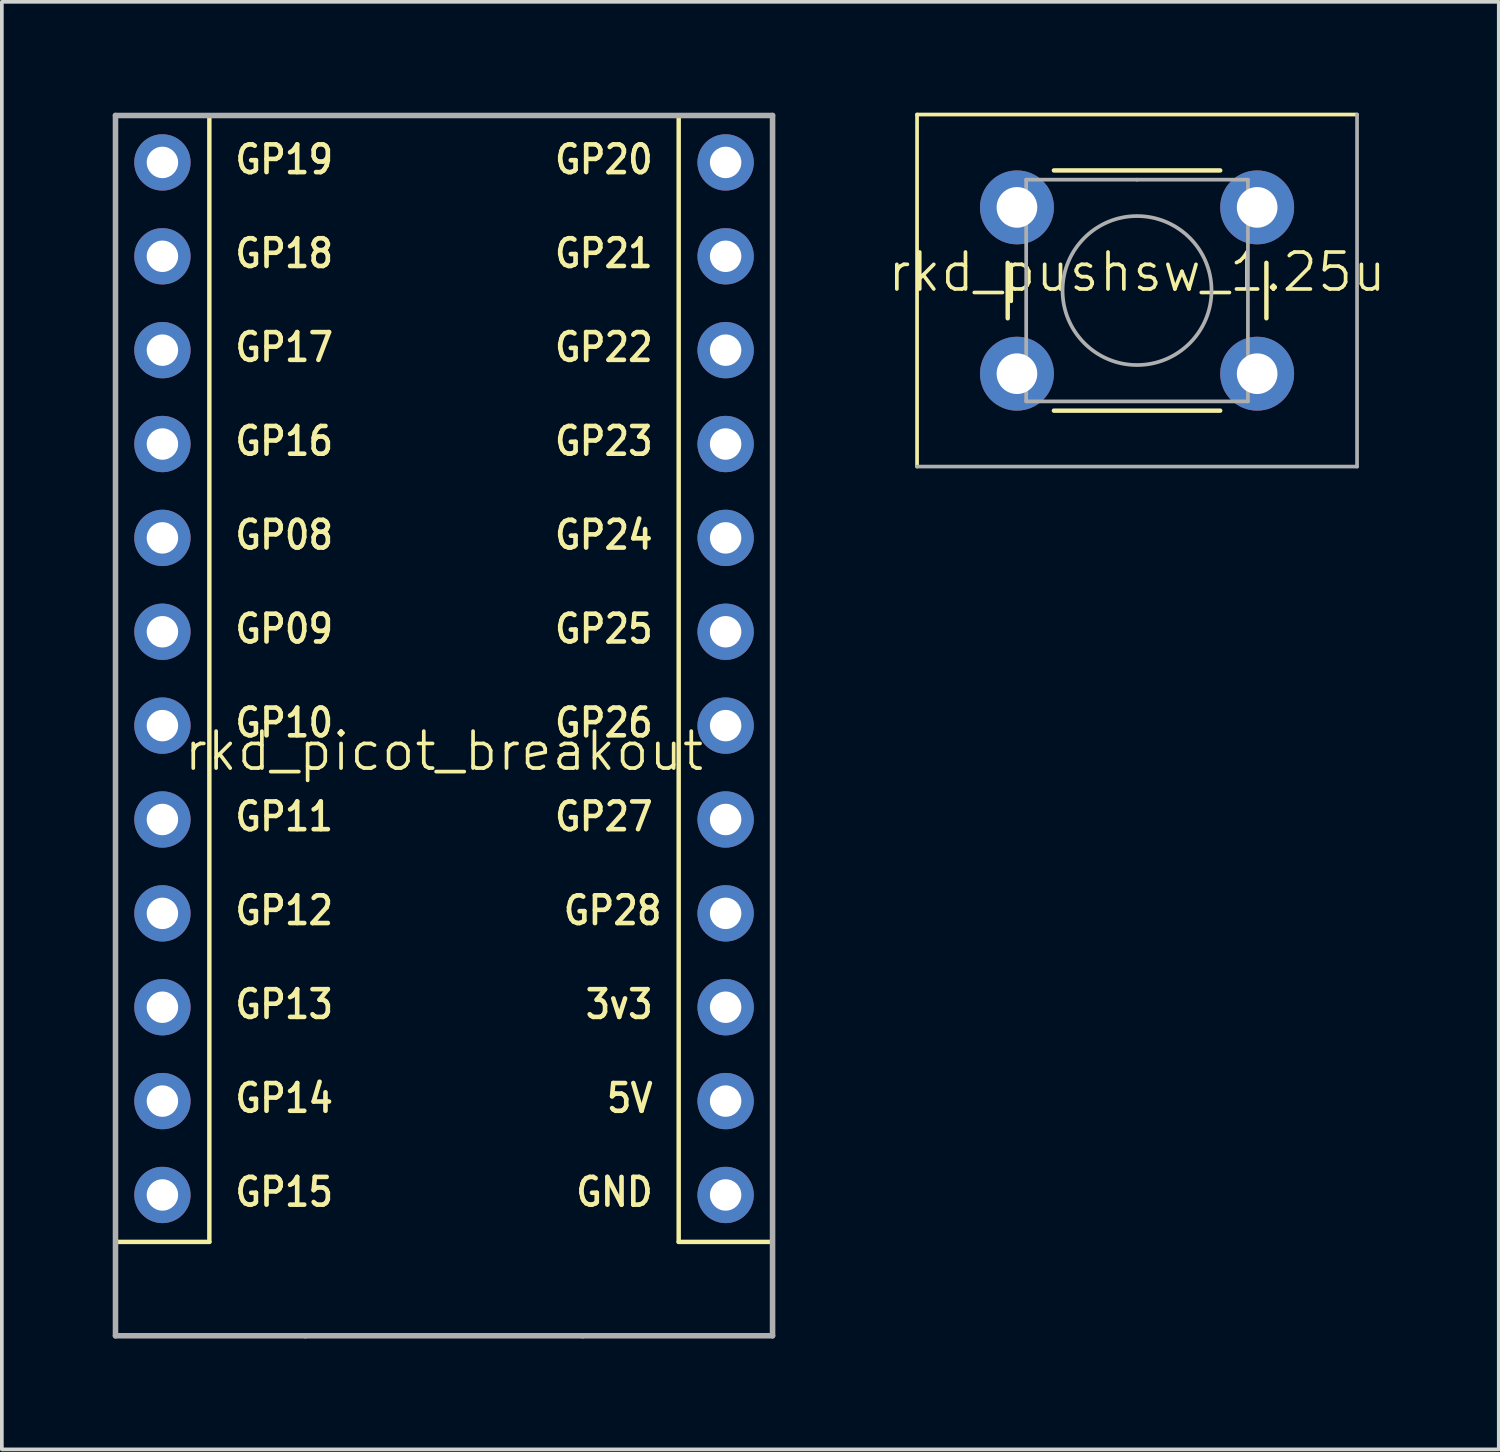
<source format=kicad_pcb>
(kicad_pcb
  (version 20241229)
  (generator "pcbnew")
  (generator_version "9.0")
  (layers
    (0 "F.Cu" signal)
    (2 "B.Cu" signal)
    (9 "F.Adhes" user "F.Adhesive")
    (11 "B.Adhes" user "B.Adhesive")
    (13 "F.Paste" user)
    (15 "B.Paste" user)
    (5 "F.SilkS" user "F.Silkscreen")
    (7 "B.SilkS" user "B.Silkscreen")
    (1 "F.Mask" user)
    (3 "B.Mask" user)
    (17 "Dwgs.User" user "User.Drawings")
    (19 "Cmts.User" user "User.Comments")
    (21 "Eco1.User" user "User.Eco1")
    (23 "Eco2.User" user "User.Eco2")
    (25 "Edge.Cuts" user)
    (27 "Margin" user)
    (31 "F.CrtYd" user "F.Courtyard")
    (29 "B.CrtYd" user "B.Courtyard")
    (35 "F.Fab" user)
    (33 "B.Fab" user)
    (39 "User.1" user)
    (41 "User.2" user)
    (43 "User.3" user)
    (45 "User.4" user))
  (footprint "rkd_picot_breakout"
    (layer "F.Cu")
    (at 8.965 17.776)
    (property "Reference" "rkd_picot_breakout" (at 0 -0.5 0) (unlocked yes) (layer "F.SilkS") (effects (font (size 1 1) (thickness 0.1))))
    (attr smd)
    (fp_line (start -8.89 -17.701) (end -8.89 12.779) (stroke (width 0.12) (type solid)) (layer "F.SilkS"))
    (fp_line (start -8.89 12.779) (end -6.35 12.779) (stroke (width 0.12) (type solid)) (layer "F.SilkS"))
    (fp_line (start -6.35 -17.701) (end -8.89 -17.701) (stroke (width 0.12) (type solid)) (layer "F.SilkS"))
    (fp_line (start -6.35 12.779) (end -6.35 -17.701) (stroke (width 0.12) (type solid)) (layer "F.SilkS"))
    (fp_line (start 6.35 -17.701) (end 8.89 -17.701) (stroke (width 0.12) (type solid)) (layer "F.SilkS"))
    (fp_line (start 6.35 12.779) (end 6.35 -17.701) (stroke (width 0.12) (type solid)) (layer "F.SilkS"))
    (fp_line (start 8.89 -17.701) (end 8.89 12.779) (stroke (width 0.12) (type solid)) (layer "F.SilkS"))
    (fp_line (start 8.89 12.779) (end 6.35 12.779) (stroke (width 0.12) (type solid)) (layer "F.SilkS"))
    (fp_line (start -8.89 -17.701) (end 8.89 -17.701) (stroke (width 0.15) (type solid)) (layer "F.Fab"))
    (fp_line (start -8.89 15.319) (end -8.89 -17.701) (stroke (width 0.15) (type solid)) (layer "F.Fab"))
    (fp_line (start -3.75 15.319) (end -8.89 15.319) (stroke (width 0.15) (type solid)) (layer "F.Fab"))
    (fp_line (start 3.75 15.319) (end -3.75 15.319) (stroke (width 0.15) (type solid)) (layer "F.Fab"))
    (fp_line (start 8.89 -17.701) (end 8.89 15.319) (stroke (width 0.15) (type solid)) (layer "F.Fab"))
    (fp_line (start 8.89 15.319) (end 3.75 15.319) (stroke (width 0.15) (type solid)) (layer "F.Fab"))
    (fp_text user "GP21" (at 5.715 -13.97 0) (layer "F.SilkS") (effects (font (size 0.75 0.67) (thickness 0.125)) (justify right)))
    (fp_text user "GP14" (at -5.715 8.89 0) (layer "F.SilkS") (effects (font (size 0.75 0.67) (thickness 0.125)) (justify left)))
    (fp_text user "GP08" (at -5.715 -6.35 0) (layer "F.SilkS") (effects (font (size 0.75 0.67) (thickness 0.125)) (justify left)))
    (fp_text user "GP16" (at -5.715 -8.89 0) (layer "F.SilkS") (effects (font (size 0.75 0.67) (thickness 0.125)) (justify left)))
    (fp_text user "GP27" (at 5.715 1.27 0) (layer "F.SilkS") (effects (font (size 0.75 0.67) (thickness 0.125)) (justify right)))
    (fp_text user "GP11" (at -5.715 1.27 0) (layer "F.SilkS") (effects (font (size 0.75 0.67) (thickness 0.125)) (justify left)))
    (fp_text user "GP26" (at 5.715 -1.27 0) (layer "F.SilkS") (effects (font (size 0.75 0.67) (thickness 0.125)) (justify right)))
    (fp_text user "GP19" (at -5.715 -16.51 0) (layer "F.SilkS") (effects (font (size 0.75 0.67) (thickness 0.125)) (justify left)))
    (fp_text user "GP22" (at 5.715 -11.43 0) (layer "F.SilkS") (effects (font (size 0.75 0.67) (thickness 0.125)) (justify right)))
    (fp_text user "GP24" (at 5.715 -6.35 0) (layer "F.SilkS") (effects (font (size 0.75 0.67) (thickness 0.125)) (justify right)))
    (fp_text user "GP28" (at 5.953 3.81 0) (layer "F.SilkS") (effects (font (size 0.75 0.67) (thickness 0.125)) (justify right)))
    (fp_text user "GP25" (at 5.715 -3.81 0) (layer "F.SilkS") (effects (font (size 0.75 0.67) (thickness 0.125)) (justify right)))
    (fp_text user "GP17" (at -5.715 -11.43 0) (layer "F.SilkS") (effects (font (size 0.75 0.67) (thickness 0.125)) (justify left)))
    (fp_text user "GND" (at 5.715 11.43 0) (layer "F.SilkS") (effects (font (size 0.75 0.67) (thickness 0.125)) (justify right)))
    (fp_text user "GP15" (at -5.715 11.43 0) (layer "F.SilkS") (effects (font (size 0.75 0.67) (thickness 0.125)) (justify left)))
    (fp_text user "GP09" (at -5.715 -3.81 0) (layer "F.SilkS") (effects (font (size 0.75 0.67) (thickness 0.125)) (justify left)))
    (fp_text user "GP13" (at -5.715 6.35 0) (layer "F.SilkS") (effects (font (size 0.75 0.67) (thickness 0.125)) (justify left)))
    (fp_text user "3v3" (at 5.715 6.35 0) (layer "F.SilkS") (effects (font (size 0.75 0.67) (thickness 0.125)) (justify right)))
    (fp_text user "GP12" (at -5.715 3.81 0) (layer "F.SilkS") (effects (font (size 0.75 0.67) (thickness 0.125)) (justify left)))
    (fp_text user "GP20" (at 5.715 -16.51 0) (layer "F.SilkS") (effects (font (size 0.75 0.67) (thickness 0.125)) (justify right)))
    (fp_text user "5V" (at 5.715 8.89 0) (layer "F.SilkS") (effects (font (size 0.75 0.67) (thickness 0.125)) (justify right)))
    (fp_text user "GP18" (at -5.715 -13.97 0) (layer "F.SilkS") (effects (font (size 0.75 0.67) (thickness 0.125)) (justify left)))
    (fp_text user "GP23" (at 5.715 -8.89 0) (layer "F.SilkS") (effects (font (size 0.75 0.67) (thickness 0.125)) (justify right)))
    (fp_text user "GP10" (at -5.715 -1.27 0) (layer "F.SilkS") (effects (font (size 0.75 0.67) (thickness 0.125)) (justify left)))
    (pad "1" thru_hole circle (at 7.62 11.509 180) (size 1.524 1.524) (drill 0.85) (layers "*.Cu" "*.Mask"))
    (pad "2" thru_hole circle (at 7.62 8.969 180) (size 1.524 1.524) (drill 0.85) (layers "*.Cu" "*.Mask"))
    (pad "3" thru_hole circle (at 7.62 6.429 180) (size 1.524 1.524) (drill 0.85) (layers "*.Cu" "*.Mask"))
    (pad "4" thru_hole circle (at 7.62 3.889 180) (size 1.524 1.524) (drill 0.85) (layers "*.Cu" "*.Mask"))
    (pad "5" thru_hole circle (at 7.62 1.349 180) (size 1.524 1.524) (drill 0.85) (layers "*.Cu" "*.Mask"))
    (pad "6" thru_hole circle (at 7.62 -1.191 180) (size 1.524 1.524) (drill 0.85) (layers "*.Cu" "*.Mask"))
    (pad "7" thru_hole circle (at 7.62 -3.731 180) (size 1.524 1.524) (drill 0.85) (layers "*.Cu" "*.Mask"))
    (pad "8" thru_hole circle (at 7.62 -6.271 180) (size 1.524 1.524) (drill 0.85) (layers "*.Cu" "*.Mask"))
    (pad "9" thru_hole circle (at 7.62 -8.811 180) (size 1.524 1.524) (drill 0.85) (layers "*.Cu" "*.Mask"))
    (pad "10" thru_hole circle (at 7.62 -11.351 180) (size 1.524 1.524) (drill 0.85) (layers "*.Cu" "*.Mask"))
    (pad "11" thru_hole circle (at 7.62 -13.891 180) (size 1.524 1.524) (drill 0.85) (layers "*.Cu" "*.Mask"))
    (pad "12" thru_hole circle (at 7.62 -16.431 180) (size 1.524 1.524) (drill 0.85) (layers "*.Cu" "*.Mask"))
    (pad "13" thru_hole circle (at -7.62 -16.431 180) (size 1.524 1.524) (drill 0.85) (layers "*.Cu" "*.Mask"))
    (pad "14" thru_hole circle (at -7.62 -13.891 180) (size 1.524 1.524) (drill 0.85) (layers "*.Cu" "*.Mask"))
    (pad "15" thru_hole circle (at -7.62 -11.351 180) (size 1.524 1.524) (drill 0.85) (layers "*.Cu" "*.Mask"))
    (pad "16" thru_hole circle (at -7.62 -8.811 180) (size 1.524 1.524) (drill 0.85) (layers "*.Cu" "*.Mask"))
    (pad "17" thru_hole circle (at -7.62 -6.271 180) (size 1.524 1.524) (drill 0.85) (layers "*.Cu" "*.Mask"))
    (pad "18" thru_hole circle (at -7.62 -3.731 180) (size 1.524 1.524) (drill 0.85) (layers "*.Cu" "*.Mask"))
    (pad "19" thru_hole circle (at -7.62 -1.191 180) (size 1.524 1.524) (drill 0.85) (layers "*.Cu" "*.Mask"))
    (pad "20" thru_hole circle (at -7.62 1.349 180) (size 1.524 1.524) (drill 0.85) (layers "*.Cu" "*.Mask"))
    (pad "21" thru_hole circle (at -7.62 3.889 180) (size 1.524 1.524) (drill 0.85) (layers "*.Cu" "*.Mask"))
    (pad "22" thru_hole circle (at -7.62 6.429 180) (size 1.524 1.524) (drill 0.85) (layers "*.Cu" "*.Mask"))
    (pad "23" thru_hole circle (at -7.62 8.969 180) (size 1.524 1.524) (drill 0.85) (layers "*.Cu" "*.Mask"))
    (pad "24" thru_hole circle (at -7.62 11.509 180) (size 1.524 1.524) (drill 0.85) (layers "*.Cu" "*.Mask")))
  (footprint "rkd_pushsw_1.25u"
    (layer "F.Cu")
    (at 27.718 4.812)
    (property "Reference" "rkd_pushsw_1.25u" (at 0 -0.5 0) (unlocked yes) (layer "F.SilkS") (effects (font (size 1 1) (thickness 0.1))))
    (attr smd board_only exclude_from_pos_files exclude_from_bom)
    (fp_line (start -5.953 -4.763) (end -5.953 4.763) (stroke (width 0.1) (type default)) (layer "F.SilkS"))
    (fp_line (start -5.953 -4.763) (end 5.953 -4.763) (stroke (width 0.1) (type default)) (layer "F.SilkS"))
    (fp_line (start -3.5 -0.75) (end -3.5 0.75) (stroke (width 0.12) (type solid)) (layer "F.SilkS"))
    (fp_line (start -2.25 3.25) (end 2.25 3.25) (stroke (width 0.12) (type solid)) (layer "F.SilkS"))
    (fp_line (start 2.25 -3.25) (end -2.25 -3.25) (stroke (width 0.12) (type solid)) (layer "F.SilkS"))
    (fp_line (start 3.5 0.75) (end 3.5 -0.75) (stroke (width 0.12) (type solid)) (layer "F.SilkS"))
    (fp_line (start -3 -3) (end 0 -3) (stroke (width 0.1) (type solid)) (layer "F.Fab"))
    (fp_line (start -3 3) (end -3 -3) (stroke (width 0.1) (type solid)) (layer "F.Fab"))
    (fp_line (start 0 -3) (end 3 -3) (stroke (width 0.1) (type solid)) (layer "F.Fab"))
    (fp_line (start 3 -3) (end 3 3) (stroke (width 0.1) (type solid)) (layer "F.Fab"))
    (fp_line (start 3 3) (end -3 3) (stroke (width 0.1) (type solid)) (layer "F.Fab"))
    (fp_line (start 5.953 -4.763) (end 5.953 4.763) (stroke (width 0.1) (type default)) (layer "F.Fab"))
    (fp_line (start 5.953 4.763) (end -5.953 4.763) (stroke (width 0.1) (type default)) (layer "F.Fab"))
    (fp_circle (center 0 0) (end -2 0.25) (stroke (width 0.1) (type solid)) (fill no) (layer "F.Fab"))
    (pad "1" thru_hole circle (at -3.25 -2.25 90) (size 2 2) (drill 1.1) (layers "*.Cu" "*.Mask"))
    (pad "1" thru_hole circle (at 3.25 -2.25 90) (size 2 2) (drill 1.1) (layers "*.Cu" "*.Mask"))
    (pad "2" thru_hole circle (at -3.25 2.25 90) (size 2 2) (drill 1.1) (layers "*.Cu" "*.Mask"))
    (pad "2" thru_hole circle (at 3.25 2.25 90) (size 2 2) (drill 1.1) (layers "*.Cu" "*.Mask")))
  (gr_rect
    (start -3 -3)
    (end 37.506 36.17)
    (stroke (width 0.1) (type default))
    (fill no)
    (layer "Edge.Cuts")))
</source>
